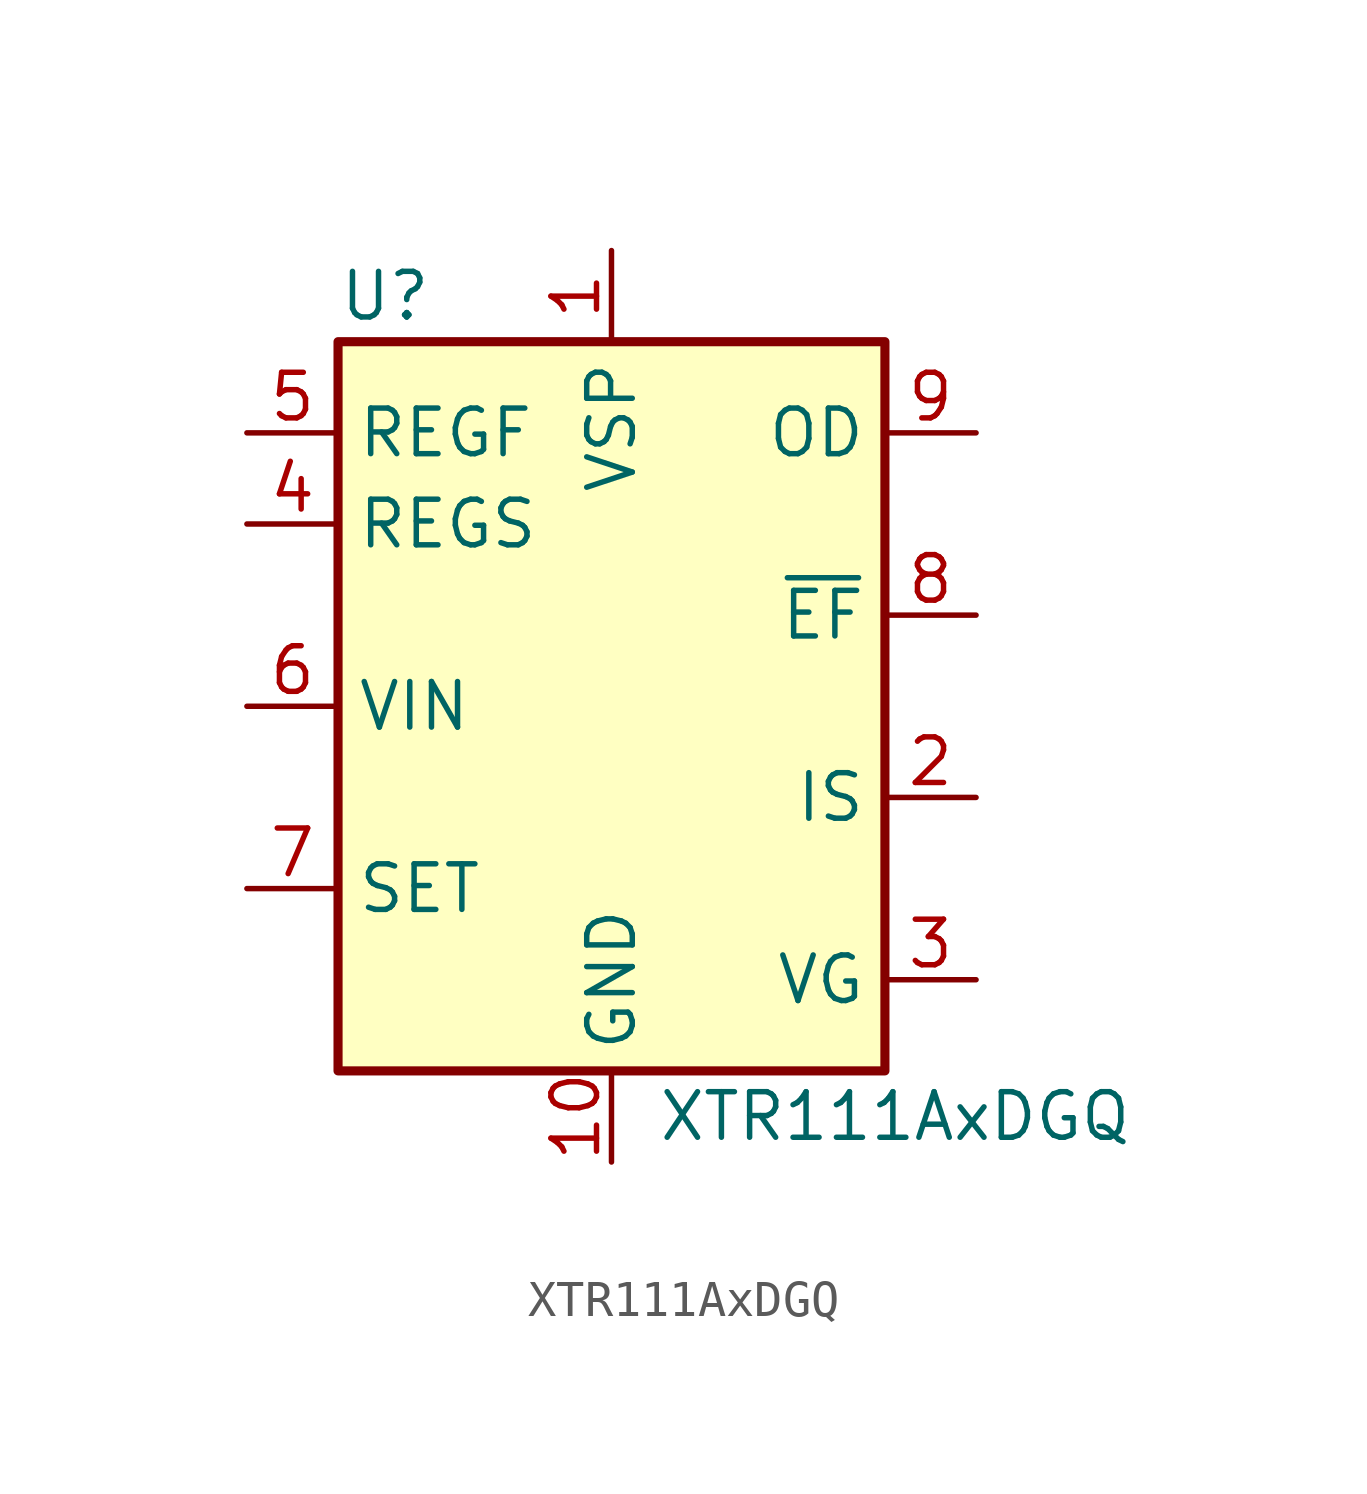
<source format=kicad_sym>
(kicad_symbol_lib
  (version 20211014)
  (generator kicad_symbol_editor)
  (symbol "XTR111AxDGQ"
    (property "Reference" "U"
      (at -7.62 11.43 0)
      (effects (font (size 1.27 1.27)) (justify left)))
    (property "Value" "XTR111AxDGQ"
      (at 1.27 -11.43 0)
      (effects (font (size 1.27 1.27)) (justify left)))
    (symbol "XTR111AxDGQ_0_1"
      (rectangle (start -7.62 10.16) (end 7.62 -10.16) (stroke (width 0.254) (type default) (color 0 0 0 0)) (fill (type background))))
    (symbol "XTR111AxDGQ_1_1"
      (pin power_in line (at 0 12.7 270) (length 2.54) (name "VSP" (effects (font (size 1.27 1.27)))) (number "1" (effects (font (size 1.27 1.27)))))
      (pin power_in line (at 0 -12.7 90) (length 2.54) (name "GND" (effects (font (size 1.27 1.27)))) (number "10" (effects (font (size 1.27 1.27)))))
      (pin passive line (at 0 -12.7 90) (length 2.54) hide (name "GND" (effects (font (size 1.27 1.27)))) (number "11" (effects (font (size 1.27 1.27)))))
      (pin output line (at 10.16 -2.54 180) (length 2.54) (name "IS" (effects (font (size 1.27 1.27)))) (number "2" (effects (font (size 1.27 1.27)))))
      (pin output line (at 10.16 -7.62 180) (length 2.54) (name "VG" (effects (font (size 1.27 1.27)))) (number "3" (effects (font (size 1.27 1.27)))))
      (pin input line (at -10.16 5.08 0) (length 2.54) (name "REGS" (effects (font (size 1.27 1.27)))) (number "4" (effects (font (size 1.27 1.27)))))
      (pin output line (at -10.16 7.62 0) (length 2.54) (name "REGF" (effects (font (size 1.27 1.27)))) (number "5" (effects (font (size 1.27 1.27)))))
      (pin input line (at -10.16 0 0) (length 2.54) (name "VIN" (effects (font (size 1.27 1.27)))) (number "6" (effects (font (size 1.27 1.27)))))
      (pin passive line (at -10.16 -5.08 0) (length 2.54) (name "SET" (effects (font (size 1.27 1.27)))) (number "7" (effects (font (size 1.27 1.27)))))
      (pin open_collector line (at 10.16 2.54 180) (length 2.54) (name "~{EF}" (effects (font (size 1.27 1.27)))) (number "8" (effects (font (size 1.27 1.27)))))
      (pin input line (at 10.16 7.62 180) (length 2.54) (name "OD" (effects (font (size 1.27 1.27)))) (number "9" (effects (font (size 1.27 1.27))))))))
</source>
